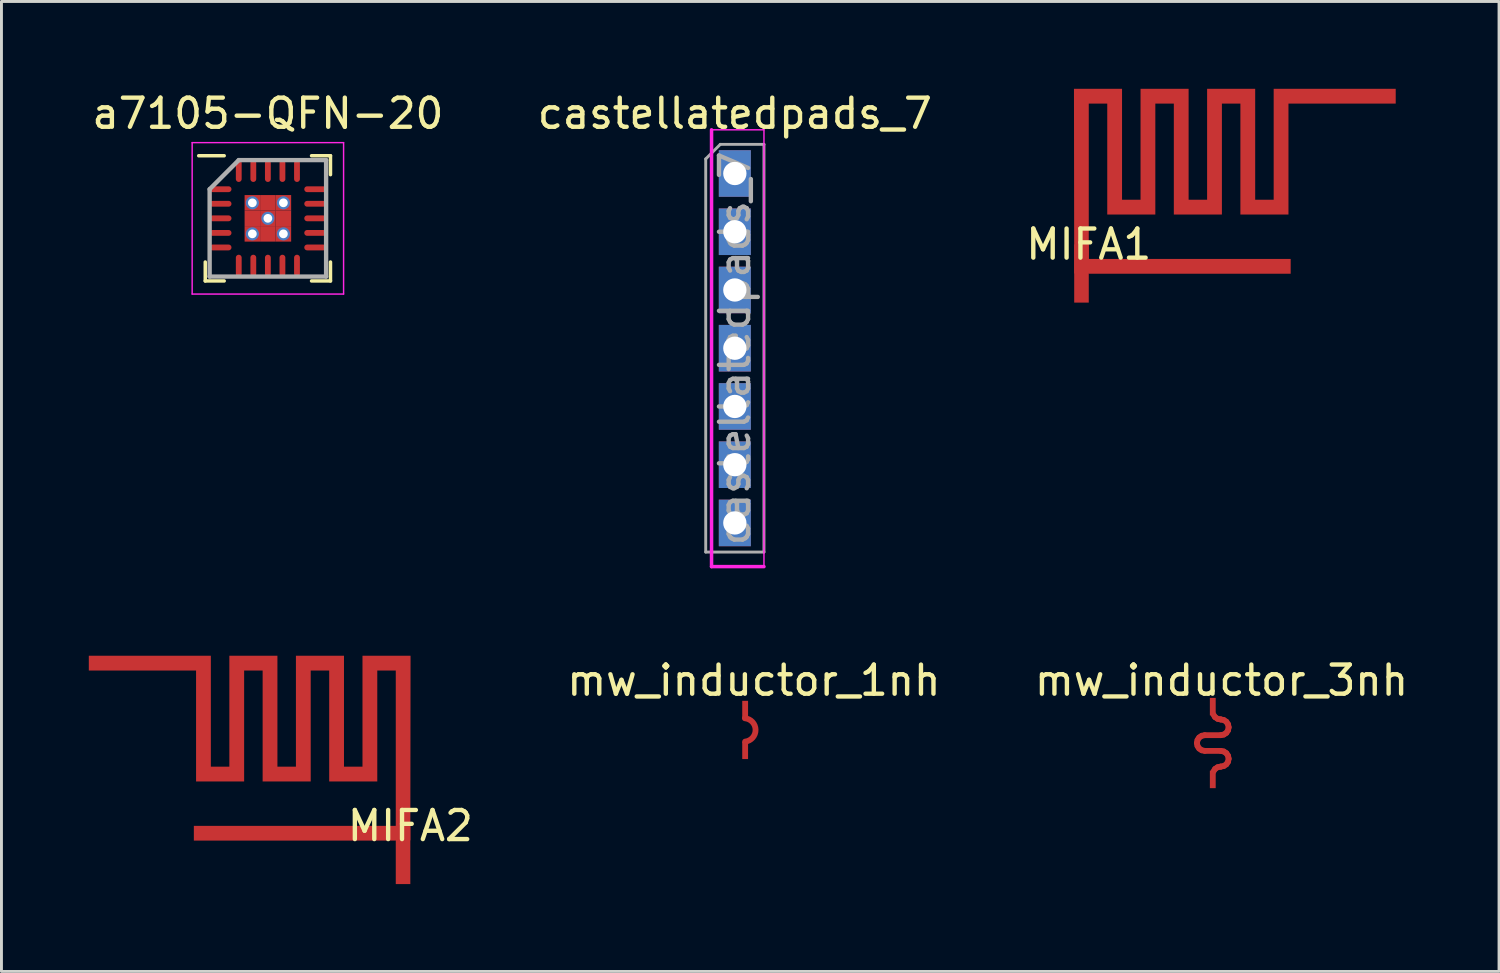
<source format=kicad_pcb>
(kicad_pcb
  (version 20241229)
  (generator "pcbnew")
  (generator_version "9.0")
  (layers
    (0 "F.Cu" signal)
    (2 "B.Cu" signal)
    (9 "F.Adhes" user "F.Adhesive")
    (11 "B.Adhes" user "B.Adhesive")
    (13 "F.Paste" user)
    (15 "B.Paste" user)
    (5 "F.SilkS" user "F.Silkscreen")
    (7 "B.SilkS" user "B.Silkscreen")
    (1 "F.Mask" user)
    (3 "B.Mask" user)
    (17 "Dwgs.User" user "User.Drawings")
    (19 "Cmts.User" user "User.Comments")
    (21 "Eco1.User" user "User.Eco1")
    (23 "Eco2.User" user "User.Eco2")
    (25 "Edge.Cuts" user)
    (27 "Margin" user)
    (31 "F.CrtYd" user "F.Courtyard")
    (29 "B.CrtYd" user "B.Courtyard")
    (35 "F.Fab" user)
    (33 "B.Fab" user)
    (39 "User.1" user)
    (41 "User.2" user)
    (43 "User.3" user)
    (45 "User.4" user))
  (footprint "a7105-QFN-20"
    (layer "F.Cu")
    (at 6.149 4.448)
    (property "Reference" "a7105-QFN-20" (at 0 -3.6 0) (layer "F.SilkS") (effects (font (size 1 1) (thickness 0.15))))
    (attr smd)
    (fp_line (start -2.15 2.15) (end -2.15 1.5) (stroke (width 0.12) (type solid)) (layer "F.SilkS"))
    (fp_line (start -1.5 -2.15) (end -2.375 -2.15) (stroke (width 0.12) (type solid)) (layer "F.SilkS"))
    (fp_line (start -1.5 2.15) (end -2.15 2.15) (stroke (width 0.12) (type solid)) (layer "F.SilkS"))
    (fp_line (start 1.5 -2.15) (end 2.15 -2.15) (stroke (width 0.12) (type solid)) (layer "F.SilkS"))
    (fp_line (start 1.5 2.15) (end 2.15 2.15) (stroke (width 0.12) (type solid)) (layer "F.SilkS"))
    (fp_line (start 2.15 -2.15) (end 2.15 -1.5) (stroke (width 0.12) (type solid)) (layer "F.SilkS"))
    (fp_line (start 2.15 2.15) (end 2.15 1.5) (stroke (width 0.12) (type solid)) (layer "F.SilkS"))
    (fp_line (start -2.6 -2.6) (end 2.6 -2.6) (stroke (width 0.05) (type solid)) (layer "F.CrtYd"))
    (fp_line (start -2.6 2.6) (end -2.6 -2.6) (stroke (width 0.05) (type solid)) (layer "F.CrtYd"))
    (fp_line (start 2.6 -2.6) (end 2.6 2.6) (stroke (width 0.05) (type solid)) (layer "F.CrtYd"))
    (fp_line (start 2.6 2.6) (end -2.6 2.6) (stroke (width 0.05) (type solid)) (layer "F.CrtYd"))
    (fp_line (start -2 -1) (end -2 2) (stroke (width 0.15) (type solid)) (layer "F.Fab"))
    (fp_line (start -2 2) (end 2 2) (stroke (width 0.15) (type solid)) (layer "F.Fab"))
    (fp_line (start -1 -2) (end -2 -1) (stroke (width 0.15) (type solid)) (layer "F.Fab"))
    (fp_line (start 2 -2) (end -1 -2) (stroke (width 0.15) (type solid)) (layer "F.Fab"))
    (fp_line (start 2 2) (end 2 -2) (stroke (width 0.15) (type solid)) (layer "F.Fab"))
    (pad "1" smd oval (at -1.625 -1 90) (size 0.2 0.75) (layers "F.Cu" "F.Mask" "F.Paste"))
    (pad "2" smd oval (at -1.625 -0.5 90) (size 0.2 0.75) (layers "F.Cu" "F.Mask" "F.Paste"))
    (pad "3" smd oval (at -1.625 0 90) (size 0.2 0.75) (layers "F.Cu" "F.Mask" "F.Paste"))
    (pad "4" smd oval (at -1.625 0.5 90) (size 0.2 0.75) (layers "F.Cu" "F.Mask" "F.Paste"))
    (pad "5" smd oval (at -1.625 1 90) (size 0.2 0.75) (layers "F.Cu" "F.Mask" "F.Paste"))
    (pad "6" smd oval (at -1 1.625) (size 0.2 0.75) (layers "F.Cu" "F.Mask" "F.Paste"))
    (pad "7" smd oval (at -0.5 1.625) (size 0.2 0.75) (layers "F.Cu" "F.Mask" "F.Paste"))
    (pad "8" smd oval (at 0 1.625) (size 0.2 0.75) (layers "F.Cu" "F.Mask" "F.Paste"))
    (pad "9" smd oval (at 0.5 1.625) (size 0.2 0.75) (layers "F.Cu" "F.Mask" "F.Paste"))
    (pad "10" smd oval (at 1 1.625) (size 0.2 0.75) (layers "F.Cu" "F.Mask" "F.Paste"))
    (pad "11" smd oval (at 1.625 1 90) (size 0.2 0.75) (layers "F.Cu" "F.Mask" "F.Paste"))
    (pad "12" smd oval (at 1.625 0.5 90) (size 0.2 0.75) (layers "F.Cu" "F.Mask" "F.Paste"))
    (pad "13" smd oval (at 1.625 0 90) (size 0.2 0.75) (layers "F.Cu" "F.Mask" "F.Paste"))
    (pad "14" smd oval (at 1.625 -0.5 90) (size 0.2 0.75) (layers "F.Cu" "F.Mask" "F.Paste"))
    (pad "15" smd oval (at 1.625 -1 90) (size 0.2 0.75) (layers "F.Cu" "F.Mask" "F.Paste"))
    (pad "16" smd oval (at 1 -1.625) (size 0.2 0.75) (layers "F.Cu" "F.Mask" "F.Paste"))
    (pad "17" smd oval (at 0.5 -1.625) (size 0.2 0.75) (layers "F.Cu" "F.Mask" "F.Paste"))
    (pad "18" smd oval (at 0 -1.625) (size 0.2 0.75) (layers "F.Cu" "F.Mask" "F.Paste"))
    (pad "19" smd oval (at -0.5 -1.625) (size 0.2 0.75) (layers "F.Cu" "F.Mask" "F.Paste"))
    (pad "20" smd oval (at -1 -1.625) (size 0.2 0.75) (layers "F.Cu" "F.Mask" "F.Paste"))
    (pad "21" thru_hole circle (at -0.533 -0.533) (size 0.45 0.45) (drill 0.3) (layers "*.Cu" "*.Mask"))
    (pad "21" smd rect (at -0.533 -0.533) (size 0.533 0.533) (layers "F.Cu" "F.Mask" "F.Paste"))
    (pad "21" smd rect (at -0.533 0) (size 0.533 0.533) (layers "F.Cu" "F.Mask" "F.Paste"))
    (pad "21" thru_hole circle (at -0.533 0.533) (size 0.45 0.45) (drill 0.3) (layers "*.Cu" "*.Mask"))
    (pad "21" smd rect (at -0.533 0.533) (size 0.533 0.533) (layers "F.Cu" "F.Mask" "F.Paste"))
    (pad "21" smd rect (at 0 -0.533) (size 0.533 0.533) (layers "F.Cu" "F.Mask" "F.Paste"))
    (pad "21" thru_hole circle (at 0 0) (size 0.45 0.45) (drill 0.3) (layers "*.Cu" "*.Mask"))
    (pad "21" smd rect (at 0 0) (size 0.533 0.533) (layers "F.Cu" "F.Mask" "F.Paste"))
    (pad "21" smd rect (at 0 0.533) (size 0.533 0.533) (layers "F.Cu" "F.Mask" "F.Paste"))
    (pad "21" thru_hole circle (at 0.533 -0.533) (size 0.45 0.45) (drill 0.3) (layers "*.Cu" "*.Mask"))
    (pad "21" smd rect (at 0.533 -0.533) (size 0.533 0.533) (layers "F.Cu" "F.Mask" "F.Paste"))
    (pad "21" smd rect (at 0.533 0) (size 0.533 0.533) (layers "F.Cu" "F.Mask" "F.Paste"))
    (pad "21" thru_hole circle (at 0.533 0.533) (size 0.45 0.45) (drill 0.3) (layers "*.Cu" "*.Mask"))
    (pad "21" smd rect (at 0.533 0.533) (size 0.533 0.533) (layers "F.Cu" "F.Mask" "F.Paste")))
  (footprint "mw_inductor_3nh"
    (layer "F.Cu")
    (at 38.598 21.116)
    (property "Reference" "mw_inductor_3nh" (at 0.3 -0.8 0) (unlocked yes) (layer "F.SilkS") (effects (font (size 1 1) (thickness 0.15))))
    (attr smd exclude_from_pos_files exclude_from_bom)
    (fp_line (start -0.545 1.35) (end -0.524 1.247) (stroke (width 0.2) (type solid)) (layer "F.Cu"))
    (fp_line (start -0.524 1.247) (end -0.466 1.159) (stroke (width 0.2) (type solid)) (layer "F.Cu"))
    (fp_line (start -0.524 1.453) (end -0.545 1.35) (stroke (width 0.2) (type solid)) (layer "F.Cu"))
    (fp_line (start -0.466 1.159) (end -0.378 1.101) (stroke (width 0.2) (type solid)) (layer "F.Cu"))
    (fp_line (start -0.466 1.541) (end -0.524 1.453) (stroke (width 0.2) (type solid)) (layer "F.Cu"))
    (fp_line (start -0.378 1.101) (end -0.275 1.08) (stroke (width 0.2) (type solid)) (layer "F.Cu"))
    (fp_line (start -0.378 1.599) (end -0.466 1.541) (stroke (width 0.2) (type solid)) (layer "F.Cu"))
    (fp_line (start -0.275 1.08) (end 0.275 1.08) (stroke (width 0.2) (type solid)) (layer "F.Cu"))
    (fp_line (start -0.275 1.62) (end -0.378 1.599) (stroke (width 0.2) (type solid)) (layer "F.Cu"))
    (fp_line (start 0.021 2.327) (end 0.079 2.239) (stroke (width 0.2) (type solid)) (layer "F.Cu"))
    (fp_line (start 0.079 0.461) (end 0.021 0.373) (stroke (width 0.2) (type solid)) (layer "F.Cu"))
    (fp_line (start 0.079 2.239) (end 0.167 2.181) (stroke (width 0.2) (type solid)) (layer "F.Cu"))
    (fp_line (start 0.167 0.519) (end 0.079 0.461) (stroke (width 0.2) (type solid)) (layer "F.Cu"))
    (fp_line (start 0.167 2.181) (end 0.27 2.16) (stroke (width 0.2) (type solid)) (layer "F.Cu"))
    (fp_line (start 0.27 0.54) (end 0.167 0.519) (stroke (width 0.2) (type solid)) (layer "F.Cu"))
    (fp_line (start 0.27 2.16) (end 0.275 2.16) (stroke (width 0.2) (type solid)) (layer "F.Cu"))
    (fp_line (start 0.275 0.54) (end 0.27 0.54) (stroke (width 0.2) (type solid)) (layer "F.Cu"))
    (fp_line (start 0.275 1.08) (end 0.378 1.059) (stroke (width 0.2) (type solid)) (layer "F.Cu"))
    (fp_line (start 0.275 1.62) (end -0.275 1.62) (stroke (width 0.2) (type solid)) (layer "F.Cu"))
    (fp_line (start 0.275 2.16) (end 0.378 2.139) (stroke (width 0.2) (type solid)) (layer "F.Cu"))
    (fp_line (start 0.378 0.561) (end 0.275 0.54) (stroke (width 0.2) (type solid)) (layer "F.Cu"))
    (fp_line (start 0.378 1.059) (end 0.466 1.001) (stroke (width 0.2) (type solid)) (layer "F.Cu"))
    (fp_line (start 0.378 1.641) (end 0.275 1.62) (stroke (width 0.2) (type solid)) (layer "F.Cu"))
    (fp_line (start 0.378 2.139) (end 0.466 2.081) (stroke (width 0.2) (type solid)) (layer "F.Cu"))
    (fp_line (start 0.466 0.619) (end 0.378 0.561) (stroke (width 0.2) (type solid)) (layer "F.Cu"))
    (fp_line (start 0.466 1.001) (end 0.524 0.913) (stroke (width 0.2) (type solid)) (layer "F.Cu"))
    (fp_line (start 0.466 1.699) (end 0.378 1.641) (stroke (width 0.2) (type solid)) (layer "F.Cu"))
    (fp_line (start 0.466 2.081) (end 0.524 1.993) (stroke (width 0.2) (type solid)) (layer "F.Cu"))
    (fp_line (start 0.524 0.707) (end 0.466 0.619) (stroke (width 0.2) (type solid)) (layer "F.Cu"))
    (fp_line (start 0.524 0.913) (end 0.545 0.81) (stroke (width 0.2) (type solid)) (layer "F.Cu"))
    (fp_line (start 0.524 1.787) (end 0.466 1.699) (stroke (width 0.2) (type solid)) (layer "F.Cu"))
    (fp_line (start 0.524 1.993) (end 0.545 1.89) (stroke (width 0.2) (type solid)) (layer "F.Cu"))
    (fp_line (start 0.545 0.81) (end 0.524 0.707) (stroke (width 0.2) (type solid)) (layer "F.Cu"))
    (fp_line (start 0.545 1.89) (end 0.524 1.787) (stroke (width 0.2) (type solid)) (layer "F.Cu"))
    (pad "1" smd rect (at 0 0.1) (size 0.2 0.6) (layers "F.Cu"))
    (pad "2" smd rect (at 0 2.6) (size 0.2 0.6) (layers "F.Cu")))
  (footprint "mw_inductor_1nh"
    (layer "F.Cu")
    (at 22.539 21.317)
    (property "Reference" "mw_inductor_1nh" (at 0.3 -1 0) (unlocked yes) (layer "F.SilkS") (effects (font (size 1 1) (thickness 0.15))))
    (attr smd exclude_from_pos_files exclude_from_bom)
    (fp_arc (start -0.008816 0.299118) (mid 0.357965 0.69557) (end 0 1.1) (stroke (width 0.2) (type solid)) (layer "F.Cu"))
    (pad "1" smd rect (at 0 0) (size 0.2 0.6) (layers "F.Cu"))
    (pad "2" smd rect (at 0 1.4) (size 0.2 0.6) (layers "F.Cu")))
  (footprint "MIFA2"
    (layer "F.Cu")
    (at 11.041 25.81)
    (property "Reference" "MIFA2" (at 0 -0.5 0) (unlocked yes) (layer "F.SilkS") (effects (font (size 1 1) (thickness 0.15))))
    (attr through_hole)
    (fp_poly (pts (xy -0.5 0) (xy -0.5 0.008) (xy -7.434 0.008) (xy -7.434 -0.5) (xy -0.5 -0.5) (xy -0.5 -5.834) (xy -1.135 -5.834) (xy -1.135 -2.024) (xy -2.786 -2.024) (xy -2.786 -5.834) (xy -3.421 -5.834) (xy -3.421 -2.024) (xy -5.072 -2.024) (xy -5.072 -5.834) (xy -5.707 -5.834) (xy -5.707 -2.024) (xy -7.358 -2.024) (xy -7.358 -5.834) (xy -11.041 -5.834) (xy -11.041 -6.342) (xy -6.85 -6.342) (xy -6.85 -2.532) (xy -6.215 -2.532) (xy -6.215 -6.342) (xy -4.564 -6.342) (xy -4.564 -2.532) (xy -3.929 -2.532) (xy -3.929 -6.342) (xy -2.278 -6.342) (xy -2.278 -2.532) (xy -1.643 -2.532) (xy -1.643 -6.342) (xy 0.008 -6.342) (xy 0 0)) (stroke (width 0) (type solid)) (fill yes) (layer "F.Cu"))
    (pad "1" smd rect (at -0.25 0.5) (size 0.5 2) (layers "F.Cu")))
  (footprint "MIFA1"
    (layer "F.Cu")
    (at 34.339 5.842)
    (property "Reference" "MIFA1" (at 0 -0.5 0) (unlocked yes) (layer "F.SilkS") (effects (font (size 1 1) (thickness 0.15))))
    (attr through_hole)
    (fp_poly (pts (xy 0 0.5) (xy 0 0.508) (xy 6.934 0.508) (xy 6.934 0) (xy 0 0) (xy 0 -5.334) (xy 0.635 -5.334) (xy 0.635 -1.524) (xy 2.286 -1.524) (xy 2.286 -5.334) (xy 2.921 -5.334) (xy 2.921 -1.524) (xy 4.572 -1.524) (xy 4.572 -5.334) (xy 5.207 -5.334) (xy 5.207 -1.524) (xy 6.858 -1.524) (xy 6.858 -5.334) (xy 10.541 -5.334) (xy 10.541 -5.842) (xy 6.35 -5.842) (xy 6.35 -2.032) (xy 5.715 -2.032) (xy 5.715 -5.842) (xy 4.064 -5.842) (xy 4.064 -2.032) (xy 3.429 -2.032) (xy 3.429 -5.842) (xy 1.778 -5.842) (xy 1.778 -2.032) (xy 1.143 -2.032) (xy 1.143 -5.842) (xy -0.508 -5.842) (xy -0.5 0.5)) (stroke (width 0) (type solid)) (fill yes) (layer "F.Cu"))
    (pad "1" smd rect (at -0.25 0.5) (size 0.5 2) (layers "F.Cu")))
  (footprint "castellatedpads_7"
    (layer "F.Cu")
    (at 22.185 2.908)
    (property "Reference" "castellatedpads_7" (at 0 -2.06 0) (layer "F.SilkS") (effects (font (size 1 1) (thickness 0.15))))
    (attr through_hole)
    (fp_line (start -0.8 -1.5) (end -0.8 13.5) (stroke (width 0.12) (type solid)) (layer "F.CrtYd"))
    (fp_line (start -0.8 13.5) (end 1 13.5) (stroke (width 0.12) (type solid)) (layer "F.CrtYd"))
    (fp_line (start 1 -1.5) (end -0.8 -1.5) (stroke (width 0.05) (type solid)) (layer "F.CrtYd"))
    (fp_line (start 1 13.5) (end 1 -1.5) (stroke (width 0.05) (type solid)) (layer "F.CrtYd"))
    (fp_line (start -1 -0.5) (end -0.5 -1) (stroke (width 0.1) (type solid)) (layer "F.Fab"))
    (fp_line (start -1 13) (end -1 -0.5) (stroke (width 0.1) (type solid)) (layer "F.Fab"))
    (fp_line (start -0.5 -1) (end 1 -1) (stroke (width 0.1) (type solid)) (layer "F.Fab"))
    (fp_line (start 1 -1) (end 1 13) (stroke (width 0.1) (type solid)) (layer "F.Fab"))
    (fp_line (start 1 13) (end -1 13) (stroke (width 0.1) (type solid)) (layer "F.Fab"))
    (fp_text user "${REFERENCE}" (at 0 6 90) (layer "F.Fab") (effects (font (size 1 1) (thickness 0.15))))
    (pad "1" thru_hole rect (at 0 0) (size 1.1 1.6) (drill 0.8) (layers "*.Cu" "*.Mask"))
    (pad "2" thru_hole rect (at 0 2) (size 1.1 1.6) (drill 0.8) (layers "*.Cu" "*.Mask"))
    (pad "3" thru_hole rect (at 0 4) (size 1.1 1.6) (drill 0.8) (layers "*.Cu" "*.Mask"))
    (pad "4" thru_hole rect (at 0 6) (size 1.1 1.6) (drill 0.8) (layers "*.Cu" "*.Mask"))
    (pad "5" thru_hole rect (at 0 8) (size 1.1 1.6) (drill 0.8) (layers "*.Cu" "*.Mask"))
    (pad "6" thru_hole rect (at 0 10) (size 1.1 1.6) (drill 0.8) (layers "*.Cu" "*.Mask"))
    (pad "7" thru_hole rect (at 0 12) (size 1.1 1.6) (drill 0.8) (layers "*.Cu" "*.Mask")))
  (gr_rect
    (start -3 -3)
    (end 48.428 30.31)
    (stroke (width 0.1) (type default))
    (fill no)
    (layer "Edge.Cuts")))
</source>
